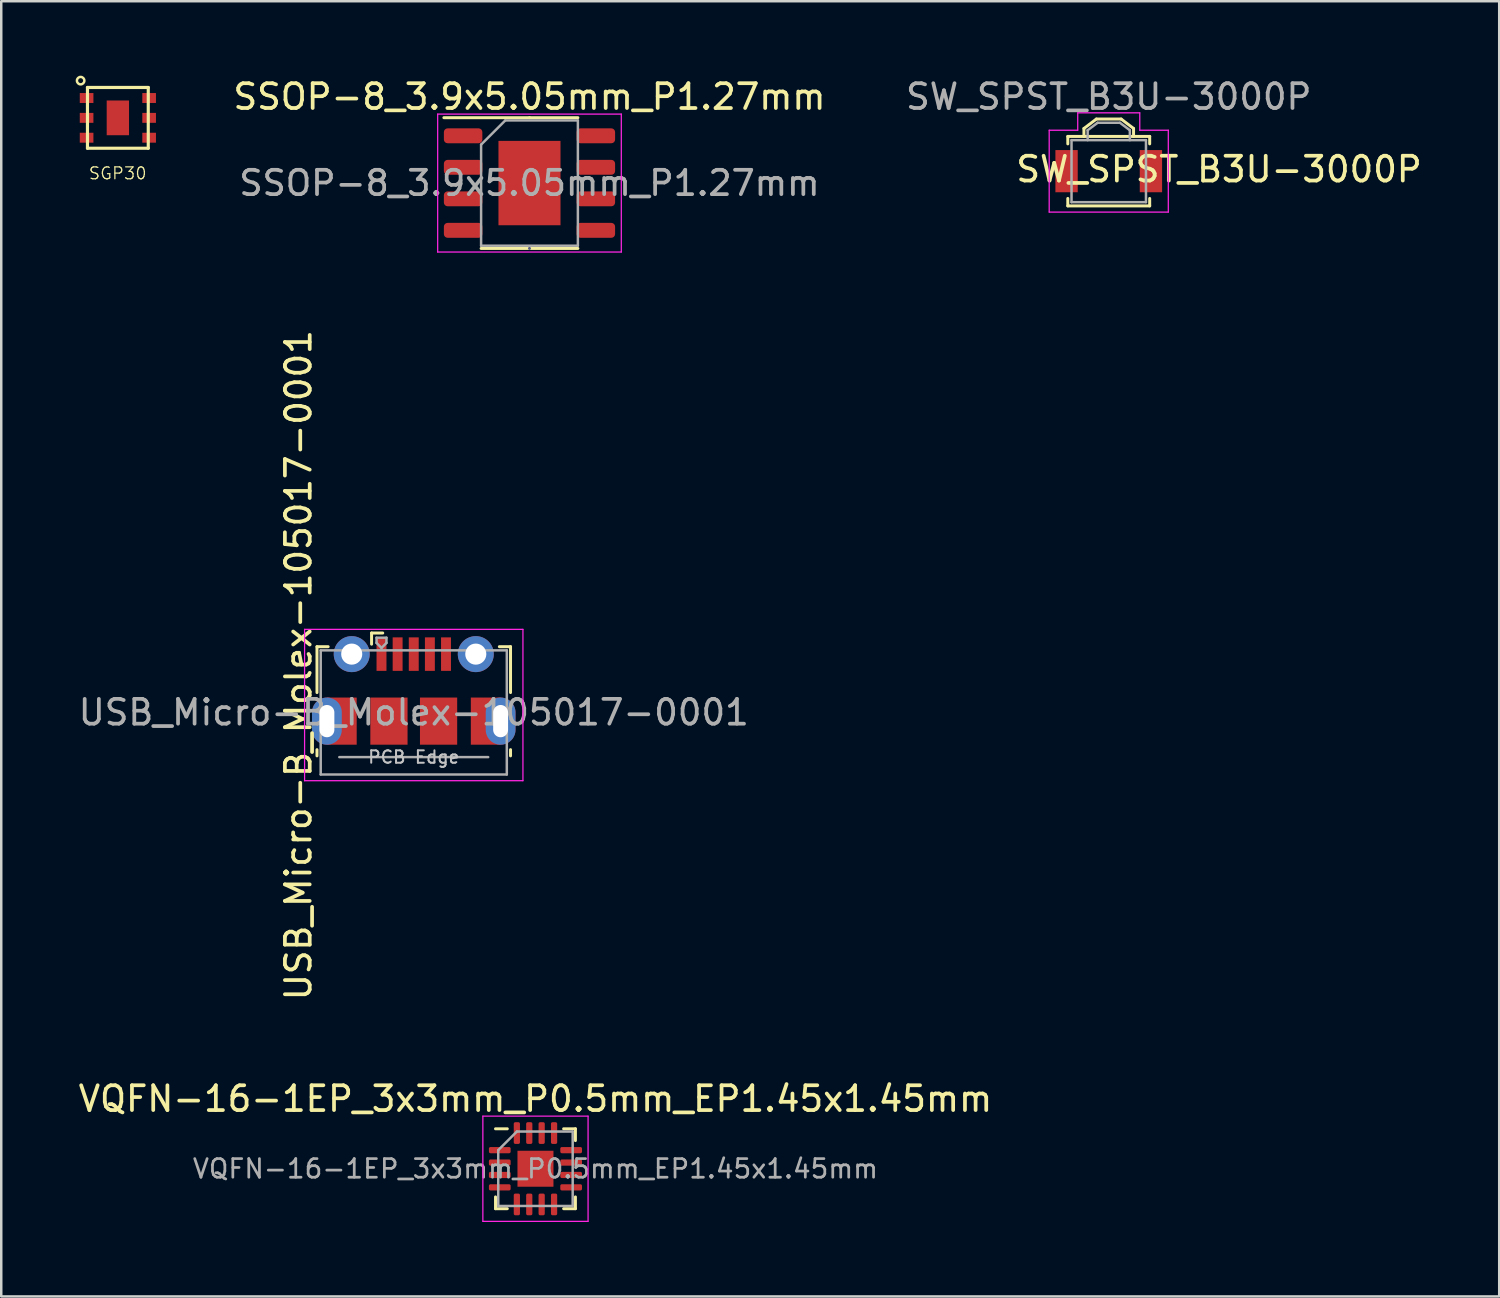
<source format=kicad_pcb>
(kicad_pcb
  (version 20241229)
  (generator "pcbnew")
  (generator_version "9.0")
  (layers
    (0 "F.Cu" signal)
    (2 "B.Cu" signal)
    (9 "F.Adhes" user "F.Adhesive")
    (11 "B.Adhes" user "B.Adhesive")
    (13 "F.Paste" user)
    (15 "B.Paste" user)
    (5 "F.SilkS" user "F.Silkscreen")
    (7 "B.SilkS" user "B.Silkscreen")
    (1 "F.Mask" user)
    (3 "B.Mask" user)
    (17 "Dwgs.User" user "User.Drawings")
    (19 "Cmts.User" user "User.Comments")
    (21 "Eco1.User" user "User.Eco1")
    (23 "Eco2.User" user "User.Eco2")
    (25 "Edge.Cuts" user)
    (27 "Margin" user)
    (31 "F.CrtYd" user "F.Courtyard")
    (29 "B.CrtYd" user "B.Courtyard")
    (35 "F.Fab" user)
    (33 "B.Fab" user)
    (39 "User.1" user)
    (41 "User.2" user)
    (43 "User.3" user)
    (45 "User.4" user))
  (footprint "SW_SPST_B3U-3000P"
    (layer "F.Cu")
    (at 41.634 3.848)
    (property "Reference" "SW_SPST_B3U-3000P" (at 4.445 -0.076 0) (layer "F.SilkS") (effects (font (size 1 1) (thickness 0.15))))
    (attr smd)
    (fp_line (start -1.65 -1.4) (end 1.65 -1.4) (stroke (width 0.12) (type solid)) (layer "F.SilkS"))
    (fp_line (start -1.65 -1.1) (end -1.65 -1.4) (stroke (width 0.12) (type solid)) (layer "F.SilkS"))
    (fp_line (start -1.65 1.1) (end -1.65 1.4) (stroke (width 0.12) (type solid)) (layer "F.SilkS"))
    (fp_line (start -1.65 1.4) (end 1.65 1.4) (stroke (width 0.12) (type solid)) (layer "F.SilkS"))
    (fp_line (start -1 -1.72) (end -1 -1.4) (stroke (width 0.12) (type solid)) (layer "F.SilkS"))
    (fp_line (start -0.5 -2.1) (end -1 -1.72) (stroke (width 0.12) (type solid)) (layer "F.SilkS"))
    (fp_line (start -0.5 -2.1) (end 0.5 -2.1) (stroke (width 0.12) (type solid)) (layer "F.SilkS"))
    (fp_line (start 0.5 -2.1) (end 1 -1.72) (stroke (width 0.12) (type solid)) (layer "F.SilkS"))
    (fp_line (start 1 -1.72) (end 1 -1.4) (stroke (width 0.12) (type solid)) (layer "F.SilkS"))
    (fp_line (start 1.65 -1.4) (end 1.65 -1.1) (stroke (width 0.12) (type solid)) (layer "F.SilkS"))
    (fp_line (start 1.65 1.4) (end 1.65 1.1) (stroke (width 0.12) (type solid)) (layer "F.SilkS"))
    (fp_line (start -2.4 -1.65) (end -2.4 1.65) (stroke (width 0.05) (type solid)) (layer "F.CrtYd"))
    (fp_line (start -2.4 1.65) (end 2.4 1.65) (stroke (width 0.05) (type solid)) (layer "F.CrtYd"))
    (fp_line (start -1.25 -2.35) (end 1.25 -2.35) (stroke (width 0.05) (type solid)) (layer "F.CrtYd"))
    (fp_line (start -1.25 -1.65) (end -2.4 -1.65) (stroke (width 0.05) (type solid)) (layer "F.CrtYd"))
    (fp_line (start -1.25 -1.65) (end -1.25 -2.35) (stroke (width 0.05) (type solid)) (layer "F.CrtYd"))
    (fp_line (start 1.25 -2.35) (end 1.25 -1.65) (stroke (width 0.05) (type solid)) (layer "F.CrtYd"))
    (fp_line (start 1.25 -1.65) (end 2.4 -1.65) (stroke (width 0.05) (type solid)) (layer "F.CrtYd"))
    (fp_line (start 2.4 1.65) (end 2.4 -1.65) (stroke (width 0.05) (type solid)) (layer "F.CrtYd"))
    (fp_line (start -1.5 -1.25) (end 1.5 -1.25) (stroke (width 0.1) (type solid)) (layer "F.Fab"))
    (fp_line (start -1.5 1.25) (end -1.5 -1.25) (stroke (width 0.1) (type solid)) (layer "F.Fab"))
    (fp_line (start -0.85 -1.65) (end -0.45 -1.95) (stroke (width 0.1) (type solid)) (layer "F.Fab"))
    (fp_line (start -0.85 -1.25) (end -0.85 -1.65) (stroke (width 0.1) (type solid)) (layer "F.Fab"))
    (fp_line (start -0.45 -1.95) (end 0.45 -1.95) (stroke (width 0.1) (type solid)) (layer "F.Fab"))
    (fp_line (start 0.45 -1.95) (end 0.85 -1.65) (stroke (width 0.1) (type solid)) (layer "F.Fab"))
    (fp_line (start 0.85 -1.65) (end 0.85 -1.25) (stroke (width 0.1) (type solid)) (layer "F.Fab"))
    (fp_line (start 1.5 -1.25) (end 1.5 1.25) (stroke (width 0.1) (type solid)) (layer "F.Fab"))
    (fp_line (start 1.5 1.25) (end -1.5 1.25) (stroke (width 0.1) (type solid)) (layer "F.Fab"))
    (fp_text user "${REFERENCE}" (at 0 -3 0) (layer "F.Fab") (effects (font (size 1 1) (thickness 0.15))))
    (pad "1" smd rect (at -1.7 0) (size 0.9 1.7) (layers "F.Cu" "F.Mask" "F.Paste"))
    (pad "2" smd rect (at 1.7 0) (size 0.9 1.7) (layers "F.Cu" "F.Mask" "F.Paste")))
  (footprint "VQFN-16-1EP_3x3mm_P0.5mm_EP1.45x1.45mm"
    (layer "F.Cu")
    (at 18.53 44.052)
    (property "Reference" "VQFN-16-1EP_3x3mm_P0.5mm_EP1.45x1.45mm" (at 0 -2.82 0) (layer "F.SilkS") (effects (font (size 1 1) (thickness 0.15))))
    (attr smd)
    (fp_line (start -1.61 1.61) (end -1.61 1.135) (stroke (width 0.12) (type solid)) (layer "F.SilkS"))
    (fp_line (start -1.135 -1.61) (end -1.61 -1.61) (stroke (width 0.12) (type solid)) (layer "F.SilkS"))
    (fp_line (start -1.135 1.61) (end -1.61 1.61) (stroke (width 0.12) (type solid)) (layer "F.SilkS"))
    (fp_line (start 1.135 -1.61) (end 1.61 -1.61) (stroke (width 0.12) (type solid)) (layer "F.SilkS"))
    (fp_line (start 1.135 1.61) (end 1.61 1.61) (stroke (width 0.12) (type solid)) (layer "F.SilkS"))
    (fp_line (start 1.61 -1.61) (end 1.61 -1.135) (stroke (width 0.12) (type solid)) (layer "F.SilkS"))
    (fp_line (start 1.61 1.61) (end 1.61 1.135) (stroke (width 0.12) (type solid)) (layer "F.SilkS"))
    (fp_line (start -2.12 -2.12) (end -2.12 2.12) (stroke (width 0.05) (type solid)) (layer "F.CrtYd"))
    (fp_line (start -2.12 2.12) (end 2.12 2.12) (stroke (width 0.05) (type solid)) (layer "F.CrtYd"))
    (fp_line (start 2.12 -2.12) (end -2.12 -2.12) (stroke (width 0.05) (type solid)) (layer "F.CrtYd"))
    (fp_line (start 2.12 2.12) (end 2.12 -2.12) (stroke (width 0.05) (type solid)) (layer "F.CrtYd"))
    (fp_line (start -1.5 -0.75) (end -0.75 -1.5) (stroke (width 0.1) (type solid)) (layer "F.Fab"))
    (fp_line (start -1.5 1.5) (end -1.5 -0.75) (stroke (width 0.1) (type solid)) (layer "F.Fab"))
    (fp_line (start -0.75 -1.5) (end 1.5 -1.5) (stroke (width 0.1) (type solid)) (layer "F.Fab"))
    (fp_line (start 1.5 -1.5) (end 1.5 1.5) (stroke (width 0.1) (type solid)) (layer "F.Fab"))
    (fp_line (start 1.5 1.5) (end -1.5 1.5) (stroke (width 0.1) (type solid)) (layer "F.Fab"))
    (fp_text user "${REFERENCE}" (at 0 0 0) (layer "F.Fab") (effects (font (size 0.75 0.75) (thickness 0.11))))
    (pad "" smd roundrect (at -0.36 -0.36) (size 0.58 0.58) (layers "F.Paste") (roundrect_rratio 0.25))
    (pad "" smd roundrect (at -0.36 0.36) (size 0.58 0.58) (layers "F.Paste") (roundrect_rratio 0.25))
    (pad "" smd roundrect (at 0.36 -0.36) (size 0.58 0.58) (layers "F.Paste") (roundrect_rratio 0.25))
    (pad "" smd roundrect (at 0.36 0.36) (size 0.58 0.58) (layers "F.Paste") (roundrect_rratio 0.25))
    (pad "1" smd roundrect (at -1.438 -0.75) (size 0.875 0.25) (layers "F.Cu" "F.Mask" "F.Paste") (roundrect_rratio 0.25))
    (pad "2" smd roundrect (at -1.438 -0.25) (size 0.875 0.25) (layers "F.Cu" "F.Mask" "F.Paste") (roundrect_rratio 0.25))
    (pad "3" smd roundrect (at -1.438 0.25) (size 0.875 0.25) (layers "F.Cu" "F.Mask" "F.Paste") (roundrect_rratio 0.25))
    (pad "4" smd roundrect (at -1.438 0.75) (size 0.875 0.25) (layers "F.Cu" "F.Mask" "F.Paste") (roundrect_rratio 0.25))
    (pad "5" smd roundrect (at -0.75 1.438) (size 0.25 0.875) (layers "F.Cu" "F.Mask" "F.Paste") (roundrect_rratio 0.25))
    (pad "6" smd roundrect (at -0.25 1.438) (size 0.25 0.875) (layers "F.Cu" "F.Mask" "F.Paste") (roundrect_rratio 0.25))
    (pad "7" smd roundrect (at 0.25 1.438) (size 0.25 0.875) (layers "F.Cu" "F.Mask" "F.Paste") (roundrect_rratio 0.25))
    (pad "8" smd roundrect (at 0.75 1.438) (size 0.25 0.875) (layers "F.Cu" "F.Mask" "F.Paste") (roundrect_rratio 0.25))
    (pad "9" smd roundrect (at 1.438 0.75) (size 0.875 0.25) (layers "F.Cu" "F.Mask" "F.Paste") (roundrect_rratio 0.25))
    (pad "10" smd roundrect (at 1.438 0.25) (size 0.875 0.25) (layers "F.Cu" "F.Mask" "F.Paste") (roundrect_rratio 0.25))
    (pad "11" smd roundrect (at 1.438 -0.25) (size 0.875 0.25) (layers "F.Cu" "F.Mask" "F.Paste") (roundrect_rratio 0.25))
    (pad "12" smd roundrect (at 1.438 -0.75) (size 0.875 0.25) (layers "F.Cu" "F.Mask" "F.Paste") (roundrect_rratio 0.25))
    (pad "13" smd roundrect (at 0.75 -1.438) (size 0.25 0.875) (layers "F.Cu" "F.Mask" "F.Paste") (roundrect_rratio 0.25))
    (pad "14" smd roundrect (at 0.25 -1.438) (size 0.25 0.875) (layers "F.Cu" "F.Mask" "F.Paste") (roundrect_rratio 0.25))
    (pad "15" smd roundrect (at -0.25 -1.438) (size 0.25 0.875) (layers "F.Cu" "F.Mask" "F.Paste") (roundrect_rratio 0.25))
    (pad "16" smd roundrect (at -0.75 -1.438) (size 0.25 0.875) (layers "F.Cu" "F.Mask" "F.Paste") (roundrect_rratio 0.25))
    (pad "17" smd rect (at 0 0) (size 1.45 1.45) (layers "F.Cu" "F.Mask")))
  (footprint "SGP30"
    (layer "F.Cu")
    (at 1.7 1.7)
    (property "Reference" "SGP30" (at -0.006 2.235 0) (layer "F.SilkS") (effects (font (size 0.48 0.48) (thickness 0.05))))
    (attr smd)
    (fp_line (start -1.225 -1.225) (end -1.225 1.225) (stroke (width 0.127) (type solid)) (layer "F.SilkS"))
    (fp_line (start -1.225 1.225) (end 1.225 1.225) (stroke (width 0.127) (type solid)) (layer "F.SilkS"))
    (fp_line (start 1.225 -1.225) (end -1.225 -1.225) (stroke (width 0.127) (type solid)) (layer "F.SilkS"))
    (fp_line (start 1.225 1.225) (end 1.225 -1.225) (stroke (width 0.127) (type solid)) (layer "F.SilkS"))
    (fp_circle (center -1.5 -1.5) (end -1.35 -1.5) (stroke (width 0.1) (type solid)) (fill no) (layer "F.SilkS"))
    (pad "1" smd rect (at -1.26 -0.8) (size 0.55 0.4) (layers "F.Cu" "F.Mask" "F.Paste"))
    (pad "2" smd rect (at -1.26 0) (size 0.55 0.4) (layers "F.Cu" "F.Mask" "F.Paste"))
    (pad "3" smd rect (at -1.26 0.8) (size 0.55 0.4) (layers "F.Cu" "F.Mask" "F.Paste"))
    (pad "4" smd rect (at 1.26 0.8) (size 0.55 0.4) (layers "F.Cu" "F.Mask" "F.Paste"))
    (pad "5" smd rect (at 1.26 0) (size 0.55 0.4) (layers "F.Cu" "F.Mask" "F.Paste"))
    (pad "6" smd rect (at 1.26 -0.8) (size 0.55 0.4) (layers "F.Cu" "F.Mask" "F.Paste"))
    (pad "P$7" smd rect (at 0 0) (size 0.9 1.4) (layers "F.Cu" "F.Mask" "F.Paste")))
  (footprint "SSOP-8_3.9x5.05mm_P1.27mm"
    (layer "F.Cu")
    (at 18.289 4.328)
    (property "Reference" "SSOP-8_3.9x5.05mm_P1.27mm" (at 0 -3.48 0) (layer "F.SilkS") (effects (font (size 1 1) (thickness 0.15))))
    (attr smd)
    (fp_line (start 0 -2.635) (end -3.45 -2.635) (stroke (width 0.12) (type solid)) (layer "F.SilkS"))
    (fp_line (start 0 -2.635) (end 1.95 -2.635) (stroke (width 0.12) (type solid)) (layer "F.SilkS"))
    (fp_line (start 0 2.635) (end -1.95 2.635) (stroke (width 0.12) (type solid)) (layer "F.SilkS"))
    (fp_line (start 0 2.635) (end 1.95 2.635) (stroke (width 0.12) (type solid)) (layer "F.SilkS"))
    (fp_line (start -3.7 -2.78) (end -3.7 2.78) (stroke (width 0.05) (type solid)) (layer "F.CrtYd"))
    (fp_line (start -3.7 2.78) (end 3.7 2.78) (stroke (width 0.05) (type solid)) (layer "F.CrtYd"))
    (fp_line (start 3.7 -2.78) (end -3.7 -2.78) (stroke (width 0.05) (type solid)) (layer "F.CrtYd"))
    (fp_line (start 3.7 2.78) (end 3.7 -2.78) (stroke (width 0.05) (type solid)) (layer "F.CrtYd"))
    (fp_line (start 0 2.635) (end 0 2.635) (stroke (width 0.12) (type solid)) (layer "B.Fab"))
    (fp_line (start -1.95 -1.55) (end -0.975 -2.525) (stroke (width 0.1) (type solid)) (layer "F.Fab"))
    (fp_line (start -1.95 2.525) (end -1.95 -1.55) (stroke (width 0.1) (type solid)) (layer "F.Fab"))
    (fp_line (start -0.975 -2.525) (end 1.95 -2.525) (stroke (width 0.1) (type solid)) (layer "F.Fab"))
    (fp_line (start 1.95 -2.525) (end 1.95 2.525) (stroke (width 0.1) (type solid)) (layer "F.Fab"))
    (fp_line (start 1.95 2.525) (end -1.95 2.525) (stroke (width 0.1) (type solid)) (layer "F.Fab"))
    (fp_text user "${REFERENCE}" (at 0 0 0) (layer "F.Fab") (effects (font (size 0.98 0.98) (thickness 0.15))))
    (pad "1" smd roundrect (at -2.675 -1.905) (size 1.55 0.6) (layers "F.Cu" "F.Mask" "F.Paste") (roundrect_rratio 0.25))
    (pad "2" smd roundrect (at -2.675 -0.635) (size 1.55 0.6) (layers "F.Cu" "F.Mask" "F.Paste") (roundrect_rratio 0.25))
    (pad "3" smd roundrect (at -2.675 0.635) (size 1.55 0.6) (layers "F.Cu" "F.Mask" "F.Paste") (roundrect_rratio 0.25))
    (pad "4" smd roundrect (at -2.675 1.905) (size 1.55 0.6) (layers "F.Cu" "F.Mask" "F.Paste") (roundrect_rratio 0.25))
    (pad "5" smd roundrect (at 2.675 1.905) (size 1.55 0.6) (layers "F.Cu" "F.Mask" "F.Paste") (roundrect_rratio 0.25))
    (pad "6" smd roundrect (at 2.675 0.635) (size 1.55 0.6) (layers "F.Cu" "F.Mask" "F.Paste") (roundrect_rratio 0.25))
    (pad "7" smd roundrect (at 2.675 -0.635) (size 1.55 0.6) (layers "F.Cu" "F.Mask" "F.Paste") (roundrect_rratio 0.25))
    (pad "8" smd roundrect (at 2.675 -1.905) (size 1.55 0.6) (layers "F.Cu" "F.Mask" "F.Paste") (roundrect_rratio 0.25))
    (pad "EP" smd rect (at 0 0) (size 2.5 3.4) (layers "F.Cu" "F.Mask" "F.Paste")))
  (footprint "USB_Micro-B_Molex-105017-0001"
    (layer "F.Cu")
    (at 13.625 24.774)
    (property "Reference" "USB_Micro-B_Molex-105017-0001" (at -4.648 -1.016 90) (layer "F.SilkS") (effects (font (size 1 1) (thickness 0.15))))
    (attr smd)
    (fp_line (start -3.9 -1.762) (end -3.45 -1.762) (stroke (width 0.12) (type solid)) (layer "F.SilkS"))
    (fp_line (start -3.9 0.087) (end -3.9 -1.762) (stroke (width 0.12) (type solid)) (layer "F.SilkS"))
    (fp_line (start -3.9 2.638) (end -3.9 2.388) (stroke (width 0.12) (type solid)) (layer "F.SilkS"))
    (fp_line (start -1.7 -2.312) (end -1.7 -1.863) (stroke (width 0.12) (type solid)) (layer "F.SilkS"))
    (fp_line (start -1.7 -2.312) (end -1.25 -2.312) (stroke (width 0.12) (type solid)) (layer "F.SilkS"))
    (fp_line (start 3.9 -1.762) (end 3.45 -1.762) (stroke (width 0.12) (type solid)) (layer "F.SilkS"))
    (fp_line (start 3.9 0.087) (end 3.9 -1.762) (stroke (width 0.12) (type solid)) (layer "F.SilkS"))
    (fp_line (start 3.9 2.638) (end 3.9 2.388) (stroke (width 0.12) (type solid)) (layer "F.SilkS"))
    (fp_line (start -4.4 -2.46) (end 4.4 -2.46) (stroke (width 0.05) (type solid)) (layer "F.CrtYd"))
    (fp_line (start -4.4 3.64) (end -4.4 -2.46) (stroke (width 0.05) (type solid)) (layer "F.CrtYd"))
    (fp_line (start -4.4 3.64) (end 4.4 3.64) (stroke (width 0.05) (type solid)) (layer "F.CrtYd"))
    (fp_line (start 4.4 -2.46) (end 4.4 3.64) (stroke (width 0.05) (type solid)) (layer "F.CrtYd"))
    (fp_line (start -3.75 -1.613) (end 3.75 -1.613) (stroke (width 0.1) (type solid)) (layer "F.Fab"))
    (fp_line (start -3.75 3.388) (end -3.75 -1.613) (stroke (width 0.1) (type solid)) (layer "F.Fab"))
    (fp_line (start -3.75 3.389) (end 3.75 3.389) (stroke (width 0.1) (type solid)) (layer "F.Fab"))
    (fp_line (start -3 2.689) (end 3 2.689) (stroke (width 0.1) (type solid)) (layer "F.Fab"))
    (fp_line (start -1.5 -2.123) (end -1.5 -1.913) (stroke (width 0.1) (type solid)) (layer "F.Fab"))
    (fp_line (start -1.5 -2.123) (end -1.1 -2.123) (stroke (width 0.1) (type solid)) (layer "F.Fab"))
    (fp_line (start -1.3 -1.712) (end -1.5 -1.913) (stroke (width 0.1) (type solid)) (layer "F.Fab"))
    (fp_line (start -1.1 -2.123) (end -1.1 -1.913) (stroke (width 0.1) (type solid)) (layer "F.Fab"))
    (fp_line (start -1.1 -1.913) (end -1.3 -1.712) (stroke (width 0.1) (type solid)) (layer "F.Fab"))
    (fp_line (start 3.75 3.388) (end 3.75 -1.613) (stroke (width 0.1) (type solid)) (layer "F.Fab"))
    (fp_text user "PCB Edge" (at 0 2.688 0) (layer "Dwgs.User") (effects (font (size 0.5 0.5) (thickness 0.08))))
    (fp_text user "${REFERENCE}" (at 0 0.887 0) (layer "F.Fab") (effects (font (size 1 1) (thickness 0.15))))
    (pad "1" smd rect (at -1.3 -1.462) (size 0.4 1.35) (layers "F.Cu" "F.Mask" "F.Paste"))
    (pad "2" smd rect (at -0.65 -1.462) (size 0.4 1.35) (layers "F.Cu" "F.Mask" "F.Paste"))
    (pad "3" smd rect (at 0 -1.462) (size 0.4 1.35) (layers "F.Cu" "F.Mask" "F.Paste"))
    (pad "4" smd rect (at 0.65 -1.462) (size 0.4 1.35) (layers "F.Cu" "F.Mask" "F.Paste"))
    (pad "5" smd rect (at 1.3 -1.462) (size 0.4 1.35) (layers "F.Cu" "F.Mask" "F.Paste"))
    (pad "6" thru_hole oval (at -3.5 1.238 180) (size 1.2 1.9) (drill oval 0.6 1.3) (layers "*.Cu" "*.Mask"))
    (pad "6" smd rect (at -2.9 1.238) (size 1.2 1.9) (layers "F.Cu" "F.Mask"))
    (pad "6" thru_hole circle (at -2.5 -1.462) (size 1.45 1.45) (drill 0.85) (layers "*.Cu" "*.Mask"))
    (pad "6" smd rect (at -1 1.238) (size 1.5 1.9) (layers "F.Cu" "F.Mask" "F.Paste"))
    (pad "6" smd rect (at 1 1.238) (size 1.5 1.9) (layers "F.Cu" "F.Mask" "F.Paste"))
    (pad "6" thru_hole circle (at 2.5 -1.462) (size 1.45 1.45) (drill 0.85) (layers "*.Cu" "*.Mask"))
    (pad "6" smd rect (at 2.9 1.238) (size 1.2 1.9) (layers "F.Cu" "F.Mask"))
    (pad "6" thru_hole oval (at 3.5 1.238) (size 1.2 1.9) (drill oval 0.6 1.3) (layers "*.Cu" "*.Mask")))
  (gr_rect
    (start -3 -3)
    (end 57.37 49.197)
    (stroke (width 0.1) (type default))
    (fill no)
    (layer "Edge.Cuts")))
</source>
